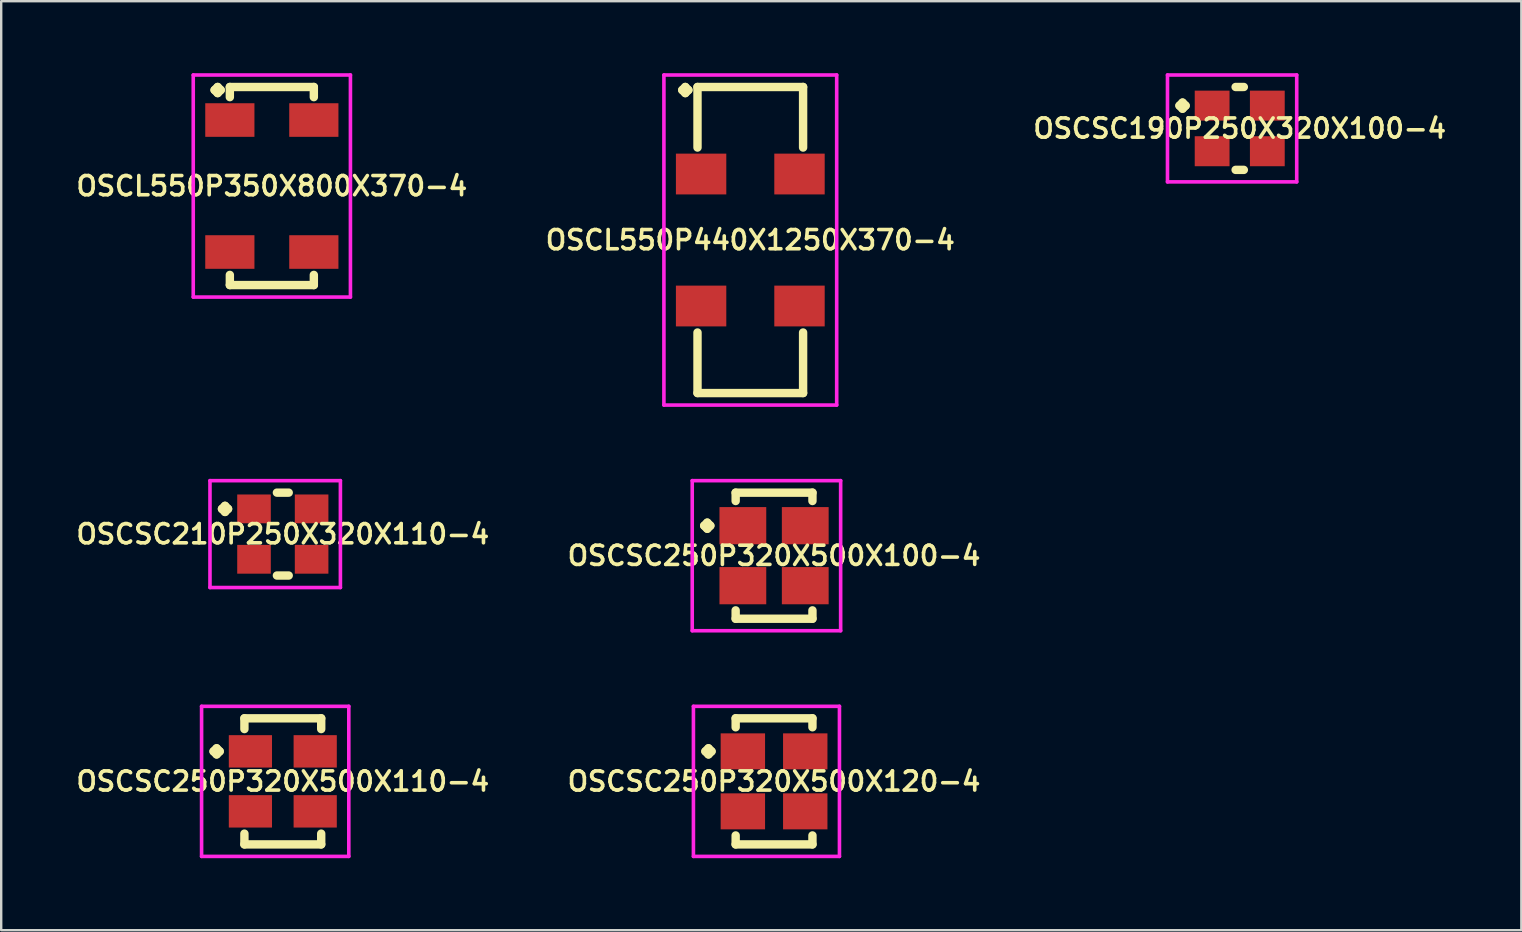
<source format=kicad_pcb>
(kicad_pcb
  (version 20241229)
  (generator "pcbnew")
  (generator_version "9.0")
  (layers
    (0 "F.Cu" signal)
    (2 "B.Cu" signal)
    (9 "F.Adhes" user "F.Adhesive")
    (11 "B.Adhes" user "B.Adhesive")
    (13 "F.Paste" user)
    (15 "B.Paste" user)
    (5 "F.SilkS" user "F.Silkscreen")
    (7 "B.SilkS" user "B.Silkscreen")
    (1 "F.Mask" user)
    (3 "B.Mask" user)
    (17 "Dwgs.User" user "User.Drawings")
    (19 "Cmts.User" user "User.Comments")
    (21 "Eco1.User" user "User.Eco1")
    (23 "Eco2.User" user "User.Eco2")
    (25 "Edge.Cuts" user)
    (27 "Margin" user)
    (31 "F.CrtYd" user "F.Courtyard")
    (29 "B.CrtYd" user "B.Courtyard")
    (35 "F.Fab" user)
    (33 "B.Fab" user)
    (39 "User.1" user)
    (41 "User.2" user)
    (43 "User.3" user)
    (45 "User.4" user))
  (footprint "OSCL550P350X800X370-4"
    (layer "F.Cu")
    (at 8.278 4.702)
    (property "Reference" "OSCL550P350X800X370-4" (at 0 0 0) (layer "F.SilkS") (effects (font (size 0.8 0.8) (thickness 0.15))))
    (attr smd)
    (fp_line (start -2.385 -4) (end -2.258 -4.127) (stroke (width 0.35) (type solid)) (layer "F.SilkS"))
    (fp_line (start -2.258 -4.127) (end -2.131 -4) (stroke (width 0.35) (type solid)) (layer "F.SilkS"))
    (fp_line (start -2.258 -3.873) (end -2.385 -4) (stroke (width 0.35) (type solid)) (layer "F.SilkS"))
    (fp_line (start -2.131 -4) (end -2.258 -3.873) (stroke (width 0.35) (type solid)) (layer "F.SilkS"))
    (fp_line (start -1.75 -4.127) (end 1.75 -4.127) (stroke (width 0.35) (type solid)) (layer "F.SilkS"))
    (fp_line (start -1.75 -3.704) (end -1.75 -4.127) (stroke (width 0.35) (type solid)) (layer "F.SilkS"))
    (fp_line (start -1.75 3.704) (end -1.75 4.127) (stroke (width 0.35) (type solid)) (layer "F.SilkS"))
    (fp_line (start -1.75 4.127) (end 1.75 4.127) (stroke (width 0.35) (type solid)) (layer "F.SilkS"))
    (fp_line (start 1.75 -4.127) (end 1.75 -3.704) (stroke (width 0.35) (type solid)) (layer "F.SilkS"))
    (fp_line (start 1.75 4.127) (end 1.75 3.704) (stroke (width 0.35) (type solid)) (layer "F.SilkS"))
    (fp_line (start -3.275 -4.627) (end 3.275 -4.627) (stroke (width 0.15) (type solid)) (layer "F.CrtYd"))
    (fp_line (start -3.275 4.627) (end -3.275 -4.627) (stroke (width 0.15) (type solid)) (layer "F.CrtYd"))
    (fp_line (start 3.275 -4.627) (end 3.275 4.627) (stroke (width 0.15) (type solid)) (layer "F.CrtYd"))
    (fp_line (start 3.275 4.627) (end -3.275 4.627) (stroke (width 0.15) (type solid)) (layer "F.CrtYd"))
    (pad "1" smd rect (at -1.75 -2.75) (size 2.05 1.4) (layers "F.Cu" "F.Mask" "F.Paste"))
    (pad "2" smd rect (at -1.75 2.75) (size 2.05 1.4) (layers "F.Cu" "F.Mask" "F.Paste"))
    (pad "3" smd rect (at 1.75 2.75) (size 2.05 1.4) (layers "F.Cu" "F.Mask" "F.Paste"))
    (pad "4" smd rect (at 1.75 -2.75) (size 2.05 1.4) (layers "F.Cu" "F.Mask" "F.Paste")))
  (footprint "OSCSC250P320X500X120-4"
    (layer "F.Cu")
    (at 29.206 29.51)
    (property "Reference" "OSCSC250P320X500X120-4" (at 0 0 0) (layer "F.SilkS") (effects (font (size 0.8 0.8) (thickness 0.15))))
    (attr smd)
    (fp_line (start -2.86 -1.25) (end -2.733 -1.377) (stroke (width 0.35) (type solid)) (layer "F.SilkS"))
    (fp_line (start -2.733 -1.377) (end -2.606 -1.25) (stroke (width 0.35) (type solid)) (layer "F.SilkS"))
    (fp_line (start -2.733 -1.123) (end -2.86 -1.25) (stroke (width 0.35) (type solid)) (layer "F.SilkS"))
    (fp_line (start -2.606 -1.25) (end -2.733 -1.123) (stroke (width 0.35) (type solid)) (layer "F.SilkS"))
    (fp_line (start -1.6 -2.627) (end 1.6 -2.627) (stroke (width 0.35) (type solid)) (layer "F.SilkS"))
    (fp_line (start -1.6 -2.254) (end -1.6 -2.627) (stroke (width 0.35) (type solid)) (layer "F.SilkS"))
    (fp_line (start -1.6 2.254) (end -1.6 2.627) (stroke (width 0.35) (type solid)) (layer "F.SilkS"))
    (fp_line (start -1.6 2.627) (end 1.6 2.627) (stroke (width 0.35) (type solid)) (layer "F.SilkS"))
    (fp_line (start 1.6 -2.627) (end 1.6 -2.254) (stroke (width 0.35) (type solid)) (layer "F.SilkS"))
    (fp_line (start 1.6 2.627) (end 1.6 2.254) (stroke (width 0.35) (type solid)) (layer "F.SilkS"))
    (fp_line (start -3.36 -3.127) (end 2.725 -3.127) (stroke (width 0.15) (type solid)) (layer "F.CrtYd"))
    (fp_line (start -3.36 3.127) (end -3.36 -3.127) (stroke (width 0.15) (type solid)) (layer "F.CrtYd"))
    (fp_line (start 2.725 -3.127) (end 2.725 3.127) (stroke (width 0.15) (type solid)) (layer "F.CrtYd"))
    (fp_line (start 2.725 3.127) (end -3.36 3.127) (stroke (width 0.15) (type solid)) (layer "F.CrtYd"))
    (pad "1" smd rect (at -1.3 -1.25) (size 1.85 1.5) (layers "F.Cu" "F.Mask" "F.Paste"))
    (pad "2" smd rect (at -1.3 1.25) (size 1.85 1.5) (layers "F.Cu" "F.Mask" "F.Paste"))
    (pad "3" smd rect (at 1.3 1.25) (size 1.85 1.5) (layers "F.Cu" "F.Mask" "F.Paste"))
    (pad "4" smd rect (at 1.3 -1.25) (size 1.85 1.5) (layers "F.Cu" "F.Mask" "F.Paste")))
  (footprint "OSCL550P440X1250X370-4"
    (layer "F.Cu")
    (at 28.216 6.952)
    (property "Reference" "OSCL550P440X1250X370-4" (at 0 0 0) (layer "F.SilkS") (effects (font (size 0.8 0.8) (thickness 0.15))))
    (attr smd)
    (fp_line (start -2.835 -6.25) (end -2.708 -6.377) (stroke (width 0.35) (type solid)) (layer "F.SilkS"))
    (fp_line (start -2.708 -6.377) (end -2.581 -6.25) (stroke (width 0.35) (type solid)) (layer "F.SilkS"))
    (fp_line (start -2.708 -6.123) (end -2.835 -6.25) (stroke (width 0.35) (type solid)) (layer "F.SilkS"))
    (fp_line (start -2.581 -6.25) (end -2.708 -6.123) (stroke (width 0.35) (type solid)) (layer "F.SilkS"))
    (fp_line (start -2.2 -6.377) (end 2.2 -6.377) (stroke (width 0.35) (type solid)) (layer "F.SilkS"))
    (fp_line (start -2.2 -3.854) (end -2.2 -6.377) (stroke (width 0.35) (type solid)) (layer "F.SilkS"))
    (fp_line (start -2.2 3.854) (end -2.2 6.377) (stroke (width 0.35) (type solid)) (layer "F.SilkS"))
    (fp_line (start -2.2 6.377) (end 2.2 6.377) (stroke (width 0.35) (type solid)) (layer "F.SilkS"))
    (fp_line (start 2.2 -6.377) (end 2.2 -3.854) (stroke (width 0.35) (type solid)) (layer "F.SilkS"))
    (fp_line (start 2.2 6.377) (end 2.2 3.854) (stroke (width 0.35) (type solid)) (layer "F.SilkS"))
    (fp_line (start -3.6 -6.877) (end 3.6 -6.877) (stroke (width 0.15) (type solid)) (layer "F.CrtYd"))
    (fp_line (start -3.6 6.877) (end -3.6 -6.877) (stroke (width 0.15) (type solid)) (layer "F.CrtYd"))
    (fp_line (start 3.6 -6.877) (end 3.6 6.877) (stroke (width 0.15) (type solid)) (layer "F.CrtYd"))
    (fp_line (start 3.6 6.877) (end -3.6 6.877) (stroke (width 0.15) (type solid)) (layer "F.CrtYd"))
    (pad "1" smd rect (at -2.05 -2.75) (size 2.1 1.7) (layers "F.Cu" "F.Mask" "F.Paste"))
    (pad "2" smd rect (at -2.05 2.75) (size 2.1 1.7) (layers "F.Cu" "F.Mask" "F.Paste"))
    (pad "3" smd rect (at 2.05 2.75) (size 2.1 1.7) (layers "F.Cu" "F.Mask" "F.Paste"))
    (pad "4" smd rect (at 2.05 -2.75) (size 2.1 1.7) (layers "F.Cu" "F.Mask" "F.Paste")))
  (footprint "OSCSC210P250X320X110-4"
    (layer "F.Cu")
    (at 8.735 19.206)
    (property "Reference" "OSCSC210P250X320X110-4" (at 0 0 0) (layer "F.SilkS") (effects (font (size 0.8 0.8) (thickness 0.15))))
    (attr smd)
    (fp_line (start -2.535 -1.05) (end -2.408 -1.177) (stroke (width 0.35) (type solid)) (layer "F.SilkS"))
    (fp_line (start -2.408 -1.177) (end -2.281 -1.05) (stroke (width 0.35) (type solid)) (layer "F.SilkS"))
    (fp_line (start -2.408 -0.923) (end -2.535 -1.05) (stroke (width 0.35) (type solid)) (layer "F.SilkS"))
    (fp_line (start -2.281 -1.05) (end -2.408 -0.923) (stroke (width 0.35) (type solid)) (layer "F.SilkS"))
    (fp_line (start -0.246 -1.727) (end 0.246 -1.727) (stroke (width 0.35) (type solid)) (layer "F.SilkS"))
    (fp_line (start -0.246 1.727) (end 0.246 1.727) (stroke (width 0.35) (type solid)) (layer "F.SilkS"))
    (fp_line (start -3.035 -2.227) (end 2.4 -2.227) (stroke (width 0.15) (type solid)) (layer "F.CrtYd"))
    (fp_line (start -3.035 2.227) (end -3.035 -2.227) (stroke (width 0.15) (type solid)) (layer "F.CrtYd"))
    (fp_line (start 2.4 -2.227) (end 2.4 2.227) (stroke (width 0.15) (type solid)) (layer "F.CrtYd"))
    (fp_line (start 2.4 2.227) (end -3.035 2.227) (stroke (width 0.15) (type solid)) (layer "F.CrtYd"))
    (pad "1" smd rect (at -1.2 -1.05) (size 1.4 1.2) (layers "F.Cu" "F.Mask" "F.Paste"))
    (pad "2" smd rect (at -1.2 1.05) (size 1.4 1.2) (layers "F.Cu" "F.Mask" "F.Paste"))
    (pad "3" smd rect (at 1.2 1.05) (size 1.4 1.2) (layers "F.Cu" "F.Mask" "F.Paste"))
    (pad "4" smd rect (at 1.2 -1.05) (size 1.4 1.2) (layers "F.Cu" "F.Mask" "F.Paste")))
  (footprint "OSCSC250P320X500X110-4"
    (layer "F.Cu")
    (at 8.735 29.51)
    (property "Reference" "OSCSC250P320X500X110-4" (at 0 0 0) (layer "F.SilkS") (effects (font (size 0.8 0.8) (thickness 0.15))))
    (attr smd)
    (fp_line (start -2.885 -1.25) (end -2.758 -1.377) (stroke (width 0.35) (type solid)) (layer "F.SilkS"))
    (fp_line (start -2.758 -1.377) (end -2.631 -1.25) (stroke (width 0.35) (type solid)) (layer "F.SilkS"))
    (fp_line (start -2.758 -1.123) (end -2.885 -1.25) (stroke (width 0.35) (type solid)) (layer "F.SilkS"))
    (fp_line (start -2.631 -1.25) (end -2.758 -1.123) (stroke (width 0.35) (type solid)) (layer "F.SilkS"))
    (fp_line (start -1.6 -2.627) (end 1.6 -2.627) (stroke (width 0.35) (type solid)) (layer "F.SilkS"))
    (fp_line (start -1.6 -2.179) (end -1.6 -2.627) (stroke (width 0.35) (type solid)) (layer "F.SilkS"))
    (fp_line (start -1.6 2.179) (end -1.6 2.627) (stroke (width 0.35) (type solid)) (layer "F.SilkS"))
    (fp_line (start -1.6 2.627) (end 1.6 2.627) (stroke (width 0.35) (type solid)) (layer "F.SilkS"))
    (fp_line (start 1.6 -2.627) (end 1.6 -2.179) (stroke (width 0.35) (type solid)) (layer "F.SilkS"))
    (fp_line (start 1.6 2.627) (end 1.6 2.179) (stroke (width 0.35) (type solid)) (layer "F.SilkS"))
    (fp_line (start -3.385 -3.127) (end 2.75 -3.127) (stroke (width 0.15) (type solid)) (layer "F.CrtYd"))
    (fp_line (start -3.385 3.127) (end -3.385 -3.127) (stroke (width 0.15) (type solid)) (layer "F.CrtYd"))
    (fp_line (start 2.75 -3.127) (end 2.75 3.127) (stroke (width 0.15) (type solid)) (layer "F.CrtYd"))
    (fp_line (start 2.75 3.127) (end -3.385 3.127) (stroke (width 0.15) (type solid)) (layer "F.CrtYd"))
    (pad "1" smd rect (at -1.35 -1.25) (size 1.8 1.35) (layers "F.Cu" "F.Mask" "F.Paste"))
    (pad "2" smd rect (at -1.35 1.25) (size 1.8 1.35) (layers "F.Cu" "F.Mask" "F.Paste"))
    (pad "3" smd rect (at 1.35 1.25) (size 1.8 1.35) (layers "F.Cu" "F.Mask" "F.Paste"))
    (pad "4" smd rect (at 1.35 -1.25) (size 1.8 1.35) (layers "F.Cu" "F.Mask" "F.Paste")))
  (footprint "OSCSC190P250X320X100-4"
    (layer "F.Cu")
    (at 48.611 2.302)
    (property "Reference" "OSCSC190P250X320X100-4" (at 0 0 0) (layer "F.SilkS") (effects (font (size 0.8 0.8) (thickness 0.15))))
    (attr smd)
    (fp_line (start -2.51 -0.95) (end -2.383 -1.077) (stroke (width 0.35) (type solid)) (layer "F.SilkS"))
    (fp_line (start -2.383 -1.077) (end -2.256 -0.95) (stroke (width 0.35) (type solid)) (layer "F.SilkS"))
    (fp_line (start -2.383 -0.823) (end -2.51 -0.95) (stroke (width 0.35) (type solid)) (layer "F.SilkS"))
    (fp_line (start -2.256 -0.95) (end -2.383 -0.823) (stroke (width 0.35) (type solid)) (layer "F.SilkS"))
    (fp_line (start -0.171 -1.727) (end 0.171 -1.727) (stroke (width 0.35) (type solid)) (layer "F.SilkS"))
    (fp_line (start -0.171 1.727) (end 0.171 1.727) (stroke (width 0.35) (type solid)) (layer "F.SilkS"))
    (fp_line (start -3.01 -2.227) (end 2.375 -2.227) (stroke (width 0.15) (type solid)) (layer "F.CrtYd"))
    (fp_line (start -3.01 2.227) (end -3.01 -2.227) (stroke (width 0.15) (type solid)) (layer "F.CrtYd"))
    (fp_line (start 2.375 -2.227) (end 2.375 2.227) (stroke (width 0.15) (type solid)) (layer "F.CrtYd"))
    (fp_line (start 2.375 2.227) (end -3.01 2.227) (stroke (width 0.15) (type solid)) (layer "F.CrtYd"))
    (pad "1" smd rect (at -1.15 -0.95) (size 1.45 1.25) (layers "F.Cu" "F.Mask" "F.Paste"))
    (pad "2" smd rect (at -1.15 0.95) (size 1.45 1.25) (layers "F.Cu" "F.Mask" "F.Paste"))
    (pad "3" smd rect (at 1.15 0.95) (size 1.45 1.25) (layers "F.Cu" "F.Mask" "F.Paste"))
    (pad "4" smd rect (at 1.15 -0.95) (size 1.45 1.25) (layers "F.Cu" "F.Mask" "F.Paste")))
  (footprint "OSCSC250P320X500X100-4"
    (layer "F.Cu")
    (at 29.206 20.106)
    (property "Reference" "OSCSC250P320X500X100-4" (at 0 0 0) (layer "F.SilkS") (effects (font (size 0.8 0.8) (thickness 0.15))))
    (attr smd)
    (fp_line (start -2.91 -1.25) (end -2.783 -1.377) (stroke (width 0.35) (type solid)) (layer "F.SilkS"))
    (fp_line (start -2.783 -1.377) (end -2.656 -1.25) (stroke (width 0.35) (type solid)) (layer "F.SilkS"))
    (fp_line (start -2.783 -1.123) (end -2.91 -1.25) (stroke (width 0.35) (type solid)) (layer "F.SilkS"))
    (fp_line (start -2.656 -1.25) (end -2.783 -1.123) (stroke (width 0.35) (type solid)) (layer "F.SilkS"))
    (fp_line (start -1.6 -2.627) (end 1.6 -2.627) (stroke (width 0.35) (type solid)) (layer "F.SilkS"))
    (fp_line (start -1.6 -2.279) (end -1.6 -2.627) (stroke (width 0.35) (type solid)) (layer "F.SilkS"))
    (fp_line (start -1.6 2.279) (end -1.6 2.627) (stroke (width 0.35) (type solid)) (layer "F.SilkS"))
    (fp_line (start -1.6 2.627) (end 1.6 2.627) (stroke (width 0.35) (type solid)) (layer "F.SilkS"))
    (fp_line (start 1.6 -2.627) (end 1.6 -2.279) (stroke (width 0.35) (type solid)) (layer "F.SilkS"))
    (fp_line (start 1.6 2.627) (end 1.6 2.279) (stroke (width 0.35) (type solid)) (layer "F.SilkS"))
    (fp_line (start -3.41 -3.127) (end 2.775 -3.127) (stroke (width 0.15) (type solid)) (layer "F.CrtYd"))
    (fp_line (start -3.41 3.127) (end -3.41 -3.127) (stroke (width 0.15) (type solid)) (layer "F.CrtYd"))
    (fp_line (start 2.775 -3.127) (end 2.775 3.127) (stroke (width 0.15) (type solid)) (layer "F.CrtYd"))
    (fp_line (start 2.775 3.127) (end -3.41 3.127) (stroke (width 0.15) (type solid)) (layer "F.CrtYd"))
    (pad "1" smd rect (at -1.3 -1.25) (size 1.95 1.55) (layers "F.Cu" "F.Mask" "F.Paste"))
    (pad "2" smd rect (at -1.3 1.25) (size 1.95 1.55) (layers "F.Cu" "F.Mask" "F.Paste"))
    (pad "3" smd rect (at 1.3 1.25) (size 1.95 1.55) (layers "F.Cu" "F.Mask" "F.Paste"))
    (pad "4" smd rect (at 1.3 -1.25) (size 1.95 1.55) (layers "F.Cu" "F.Mask" "F.Paste")))
  (gr_rect
    (start -3 -3)
    (end 60.346 35.712)
    (stroke (width 0.1) (type default))
    (fill no)
    (layer "Edge.Cuts")))
</source>
